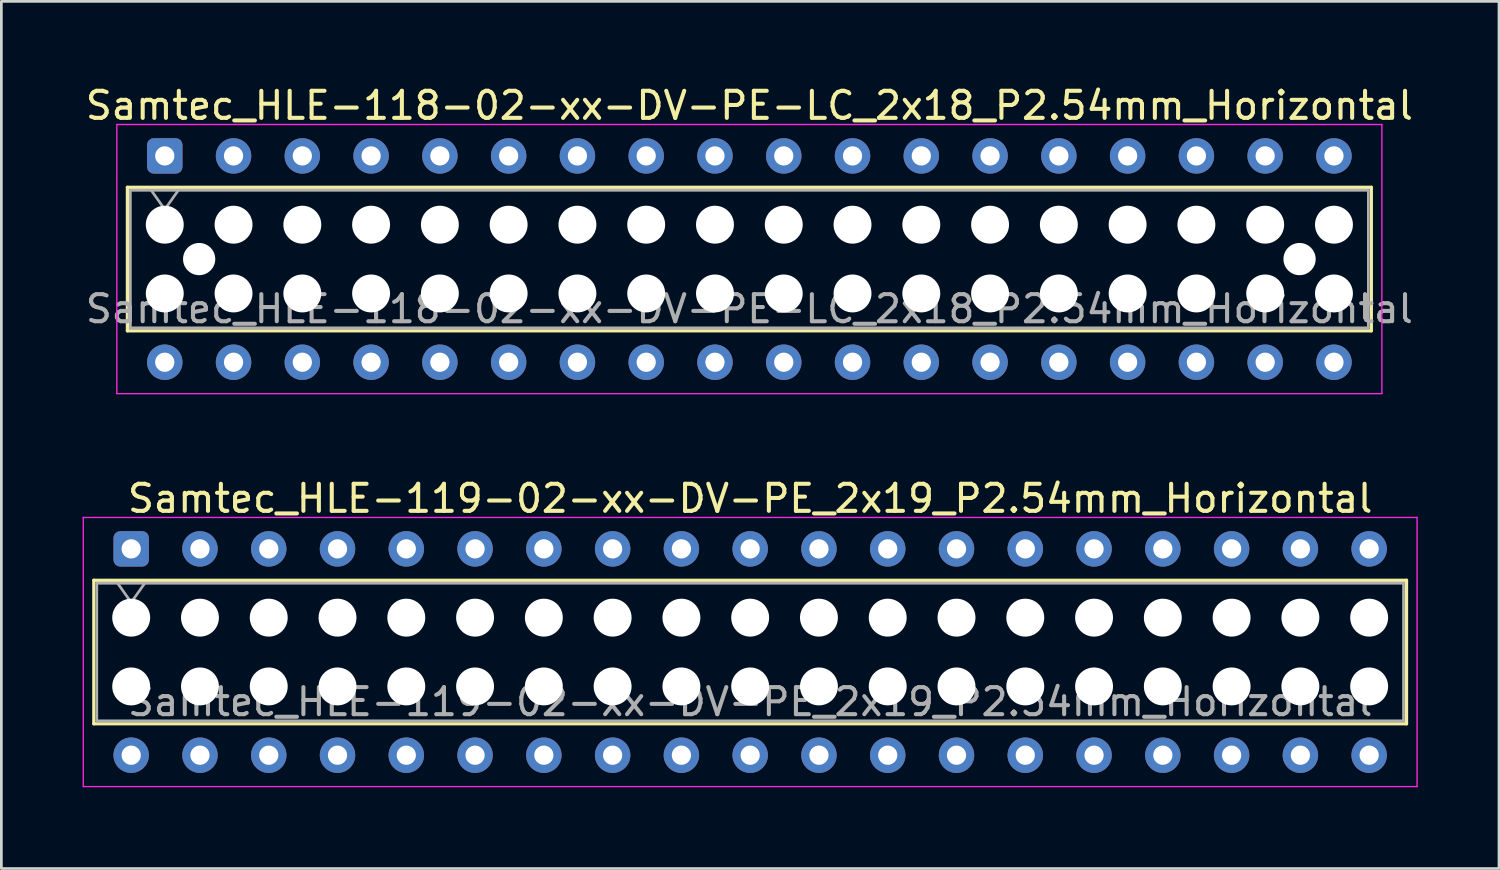
<source format=kicad_pcb>
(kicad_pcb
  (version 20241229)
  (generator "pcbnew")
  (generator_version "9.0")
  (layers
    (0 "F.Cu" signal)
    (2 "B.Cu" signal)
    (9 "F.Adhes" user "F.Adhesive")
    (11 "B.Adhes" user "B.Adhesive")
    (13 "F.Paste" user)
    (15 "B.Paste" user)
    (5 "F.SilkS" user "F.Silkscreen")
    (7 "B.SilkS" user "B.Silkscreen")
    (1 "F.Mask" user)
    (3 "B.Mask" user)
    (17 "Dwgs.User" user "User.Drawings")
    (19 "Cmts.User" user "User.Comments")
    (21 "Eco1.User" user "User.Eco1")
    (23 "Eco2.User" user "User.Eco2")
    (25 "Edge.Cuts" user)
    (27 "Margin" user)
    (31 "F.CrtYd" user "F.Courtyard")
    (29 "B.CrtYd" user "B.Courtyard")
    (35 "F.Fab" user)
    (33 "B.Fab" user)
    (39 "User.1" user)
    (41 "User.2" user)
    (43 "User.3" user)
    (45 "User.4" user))
  (footprint "Samtec_HLE-118-02-xx-DV-PE-LC_2x18_P2.54mm_Horizontal"
    (layer "F.Cu")
    (at 3.035 2.708)
    (property "Reference" "Samtec_HLE-118-02-xx-DV-PE-LC_2x18_P2.54mm_Horizontal" (at 21.59 -1.86 0) (layer "F.SilkS") (effects (font (size 1 1) (thickness 0.15))))
    (attr through_hole)
    (fp_line (start -1.38 1.16) (end 44.56 1.16) (stroke (width 0.12) (type solid)) (layer "F.SilkS"))
    (fp_line (start -1.38 6.46) (end -1.38 1.16) (stroke (width 0.12) (type solid)) (layer "F.SilkS"))
    (fp_line (start 44.56 1.16) (end 44.56 6.46) (stroke (width 0.12) (type solid)) (layer "F.SilkS"))
    (fp_line (start 44.56 6.46) (end -1.38 6.46) (stroke (width 0.12) (type solid)) (layer "F.SilkS"))
    (fp_line (start -1.77 -1.16) (end 44.95 -1.16) (stroke (width 0.05) (type solid)) (layer "F.CrtYd"))
    (fp_line (start -1.77 8.78) (end -1.77 -1.16) (stroke (width 0.05) (type solid)) (layer "F.CrtYd"))
    (fp_line (start 44.95 -1.16) (end 44.95 8.78) (stroke (width 0.05) (type solid)) (layer "F.CrtYd"))
    (fp_line (start 44.95 8.78) (end -1.77 8.78) (stroke (width 0.05) (type solid)) (layer "F.CrtYd"))
    (fp_line (start -1.27 1.27) (end 44.45 1.27) (stroke (width 0.1) (type solid)) (layer "F.Fab"))
    (fp_line (start -1.27 6.35) (end -1.27 1.27) (stroke (width 0.1) (type solid)) (layer "F.Fab"))
    (fp_line (start -0.5 1.27) (end 0 1.977) (stroke (width 0.1) (type solid)) (layer "F.Fab"))
    (fp_line (start 0 1.977) (end 0.5 1.27) (stroke (width 0.1) (type solid)) (layer "F.Fab"))
    (fp_line (start 44.45 1.27) (end 44.45 6.35) (stroke (width 0.1) (type solid)) (layer "F.Fab"))
    (fp_line (start 44.45 6.35) (end -1.27 6.35) (stroke (width 0.1) (type solid)) (layer "F.Fab"))
    (fp_text user "${REFERENCE}" (at 21.59 5.65 0) (layer "F.Fab") (effects (font (size 1 1) (thickness 0.15))))
    (pad "" np_thru_hole circle (at 0 2.54) (size 1.4 1.4) (drill 1.4) (layers "*.Cu" "*.Mask"))
    (pad "" np_thru_hole circle (at 0 5.08) (size 1.4 1.4) (drill 1.4) (layers "*.Cu" "*.Mask"))
    (pad "" np_thru_hole circle (at 1.27 3.81) (size 1.19 1.19) (drill 1.19) (layers "*.Cu" "*.Mask"))
    (pad "" np_thru_hole circle (at 2.54 2.54) (size 1.4 1.4) (drill 1.4) (layers "*.Cu" "*.Mask"))
    (pad "" np_thru_hole circle (at 2.54 5.08) (size 1.4 1.4) (drill 1.4) (layers "*.Cu" "*.Mask"))
    (pad "" np_thru_hole circle (at 5.08 2.54) (size 1.4 1.4) (drill 1.4) (layers "*.Cu" "*.Mask"))
    (pad "" np_thru_hole circle (at 5.08 5.08) (size 1.4 1.4) (drill 1.4) (layers "*.Cu" "*.Mask"))
    (pad "" np_thru_hole circle (at 7.62 2.54) (size 1.4 1.4) (drill 1.4) (layers "*.Cu" "*.Mask"))
    (pad "" np_thru_hole circle (at 7.62 5.08) (size 1.4 1.4) (drill 1.4) (layers "*.Cu" "*.Mask"))
    (pad "" np_thru_hole circle (at 10.16 2.54) (size 1.4 1.4) (drill 1.4) (layers "*.Cu" "*.Mask"))
    (pad "" np_thru_hole circle (at 10.16 5.08) (size 1.4 1.4) (drill 1.4) (layers "*.Cu" "*.Mask"))
    (pad "" np_thru_hole circle (at 12.7 2.54) (size 1.4 1.4) (drill 1.4) (layers "*.Cu" "*.Mask"))
    (pad "" np_thru_hole circle (at 12.7 5.08) (size 1.4 1.4) (drill 1.4) (layers "*.Cu" "*.Mask"))
    (pad "" np_thru_hole circle (at 15.24 2.54) (size 1.4 1.4) (drill 1.4) (layers "*.Cu" "*.Mask"))
    (pad "" np_thru_hole circle (at 15.24 5.08) (size 1.4 1.4) (drill 1.4) (layers "*.Cu" "*.Mask"))
    (pad "" np_thru_hole circle (at 17.78 2.54) (size 1.4 1.4) (drill 1.4) (layers "*.Cu" "*.Mask"))
    (pad "" np_thru_hole circle (at 17.78 5.08) (size 1.4 1.4) (drill 1.4) (layers "*.Cu" "*.Mask"))
    (pad "" np_thru_hole circle (at 20.32 2.54) (size 1.4 1.4) (drill 1.4) (layers "*.Cu" "*.Mask"))
    (pad "" np_thru_hole circle (at 20.32 5.08) (size 1.4 1.4) (drill 1.4) (layers "*.Cu" "*.Mask"))
    (pad "" np_thru_hole circle (at 22.86 2.54) (size 1.4 1.4) (drill 1.4) (layers "*.Cu" "*.Mask"))
    (pad "" np_thru_hole circle (at 22.86 5.08) (size 1.4 1.4) (drill 1.4) (layers "*.Cu" "*.Mask"))
    (pad "" np_thru_hole circle (at 25.4 2.54) (size 1.4 1.4) (drill 1.4) (layers "*.Cu" "*.Mask"))
    (pad "" np_thru_hole circle (at 25.4 5.08) (size 1.4 1.4) (drill 1.4) (layers "*.Cu" "*.Mask"))
    (pad "" np_thru_hole circle (at 27.94 2.54) (size 1.4 1.4) (drill 1.4) (layers "*.Cu" "*.Mask"))
    (pad "" np_thru_hole circle (at 27.94 5.08) (size 1.4 1.4) (drill 1.4) (layers "*.Cu" "*.Mask"))
    (pad "" np_thru_hole circle (at 30.48 2.54) (size 1.4 1.4) (drill 1.4) (layers "*.Cu" "*.Mask"))
    (pad "" np_thru_hole circle (at 30.48 5.08) (size 1.4 1.4) (drill 1.4) (layers "*.Cu" "*.Mask"))
    (pad "" np_thru_hole circle (at 33.02 2.54) (size 1.4 1.4) (drill 1.4) (layers "*.Cu" "*.Mask"))
    (pad "" np_thru_hole circle (at 33.02 5.08) (size 1.4 1.4) (drill 1.4) (layers "*.Cu" "*.Mask"))
    (pad "" np_thru_hole circle (at 35.56 2.54) (size 1.4 1.4) (drill 1.4) (layers "*.Cu" "*.Mask"))
    (pad "" np_thru_hole circle (at 35.56 5.08) (size 1.4 1.4) (drill 1.4) (layers "*.Cu" "*.Mask"))
    (pad "" np_thru_hole circle (at 38.1 2.54) (size 1.4 1.4) (drill 1.4) (layers "*.Cu" "*.Mask"))
    (pad "" np_thru_hole circle (at 38.1 5.08) (size 1.4 1.4) (drill 1.4) (layers "*.Cu" "*.Mask"))
    (pad "" np_thru_hole circle (at 40.64 2.54) (size 1.4 1.4) (drill 1.4) (layers "*.Cu" "*.Mask"))
    (pad "" np_thru_hole circle (at 40.64 5.08) (size 1.4 1.4) (drill 1.4) (layers "*.Cu" "*.Mask"))
    (pad "" np_thru_hole circle (at 41.91 3.81) (size 1.19 1.19) (drill 1.19) (layers "*.Cu" "*.Mask"))
    (pad "" np_thru_hole circle (at 43.18 2.54) (size 1.4 1.4) (drill 1.4) (layers "*.Cu" "*.Mask"))
    (pad "" np_thru_hole circle (at 43.18 5.08) (size 1.4 1.4) (drill 1.4) (layers "*.Cu" "*.Mask"))
    (pad "1" thru_hole roundrect (at 0 0) (size 1.31 1.31) (drill 0.71) (layers "*.Cu" "*.Mask") (roundrect_rratio 0.191))
    (pad "2" thru_hole circle (at 0 7.62) (size 1.31 1.31) (drill 0.71) (layers "*.Cu" "*.Mask"))
    (pad "3" thru_hole circle (at 2.54 0) (size 1.31 1.31) (drill 0.71) (layers "*.Cu" "*.Mask"))
    (pad "4" thru_hole circle (at 2.54 7.62) (size 1.31 1.31) (drill 0.71) (layers "*.Cu" "*.Mask"))
    (pad "5" thru_hole circle (at 5.08 0) (size 1.31 1.31) (drill 0.71) (layers "*.Cu" "*.Mask"))
    (pad "6" thru_hole circle (at 5.08 7.62) (size 1.31 1.31) (drill 0.71) (layers "*.Cu" "*.Mask"))
    (pad "7" thru_hole circle (at 7.62 0) (size 1.31 1.31) (drill 0.71) (layers "*.Cu" "*.Mask"))
    (pad "8" thru_hole circle (at 7.62 7.62) (size 1.31 1.31) (drill 0.71) (layers "*.Cu" "*.Mask"))
    (pad "9" thru_hole circle (at 10.16 0) (size 1.31 1.31) (drill 0.71) (layers "*.Cu" "*.Mask"))
    (pad "10" thru_hole circle (at 10.16 7.62) (size 1.31 1.31) (drill 0.71) (layers "*.Cu" "*.Mask"))
    (pad "11" thru_hole circle (at 12.7 0) (size 1.31 1.31) (drill 0.71) (layers "*.Cu" "*.Mask"))
    (pad "12" thru_hole circle (at 12.7 7.62) (size 1.31 1.31) (drill 0.71) (layers "*.Cu" "*.Mask"))
    (pad "13" thru_hole circle (at 15.24 0) (size 1.31 1.31) (drill 0.71) (layers "*.Cu" "*.Mask"))
    (pad "14" thru_hole circle (at 15.24 7.62) (size 1.31 1.31) (drill 0.71) (layers "*.Cu" "*.Mask"))
    (pad "15" thru_hole circle (at 17.78 0) (size 1.31 1.31) (drill 0.71) (layers "*.Cu" "*.Mask"))
    (pad "16" thru_hole circle (at 17.78 7.62) (size 1.31 1.31) (drill 0.71) (layers "*.Cu" "*.Mask"))
    (pad "17" thru_hole circle (at 20.32 0) (size 1.31 1.31) (drill 0.71) (layers "*.Cu" "*.Mask"))
    (pad "18" thru_hole circle (at 20.32 7.62) (size 1.31 1.31) (drill 0.71) (layers "*.Cu" "*.Mask"))
    (pad "19" thru_hole circle (at 22.86 0) (size 1.31 1.31) (drill 0.71) (layers "*.Cu" "*.Mask"))
    (pad "20" thru_hole circle (at 22.86 7.62) (size 1.31 1.31) (drill 0.71) (layers "*.Cu" "*.Mask"))
    (pad "21" thru_hole circle (at 25.4 0) (size 1.31 1.31) (drill 0.71) (layers "*.Cu" "*.Mask"))
    (pad "22" thru_hole circle (at 25.4 7.62) (size 1.31 1.31) (drill 0.71) (layers "*.Cu" "*.Mask"))
    (pad "23" thru_hole circle (at 27.94 0) (size 1.31 1.31) (drill 0.71) (layers "*.Cu" "*.Mask"))
    (pad "24" thru_hole circle (at 27.94 7.62) (size 1.31 1.31) (drill 0.71) (layers "*.Cu" "*.Mask"))
    (pad "25" thru_hole circle (at 30.48 0) (size 1.31 1.31) (drill 0.71) (layers "*.Cu" "*.Mask"))
    (pad "26" thru_hole circle (at 30.48 7.62) (size 1.31 1.31) (drill 0.71) (layers "*.Cu" "*.Mask"))
    (pad "27" thru_hole circle (at 33.02 0) (size 1.31 1.31) (drill 0.71) (layers "*.Cu" "*.Mask"))
    (pad "28" thru_hole circle (at 33.02 7.62) (size 1.31 1.31) (drill 0.71) (layers "*.Cu" "*.Mask"))
    (pad "29" thru_hole circle (at 35.56 0) (size 1.31 1.31) (drill 0.71) (layers "*.Cu" "*.Mask"))
    (pad "30" thru_hole circle (at 35.56 7.62) (size 1.31 1.31) (drill 0.71) (layers "*.Cu" "*.Mask"))
    (pad "31" thru_hole circle (at 38.1 0) (size 1.31 1.31) (drill 0.71) (layers "*.Cu" "*.Mask"))
    (pad "32" thru_hole circle (at 38.1 7.62) (size 1.31 1.31) (drill 0.71) (layers "*.Cu" "*.Mask"))
    (pad "33" thru_hole circle (at 40.64 0) (size 1.31 1.31) (drill 0.71) (layers "*.Cu" "*.Mask"))
    (pad "34" thru_hole circle (at 40.64 7.62) (size 1.31 1.31) (drill 0.71) (layers "*.Cu" "*.Mask"))
    (pad "35" thru_hole circle (at 43.18 0) (size 1.31 1.31) (drill 0.71) (layers "*.Cu" "*.Mask"))
    (pad "36" thru_hole circle (at 43.18 7.62) (size 1.31 1.31) (drill 0.71) (layers "*.Cu" "*.Mask")))
  (footprint "Samtec_HLE-119-02-xx-DV-PE_2x19_P2.54mm_Horizontal"
    (layer "F.Cu")
    (at 1.795 17.221)
    (property "Reference" "Samtec_HLE-119-02-xx-DV-PE_2x19_P2.54mm_Horizontal" (at 22.86 -1.86 0) (layer "F.SilkS") (effects (font (size 1 1) (thickness 0.15))))
    (attr through_hole)
    (fp_line (start -1.38 1.16) (end 47.1 1.16) (stroke (width 0.12) (type solid)) (layer "F.SilkS"))
    (fp_line (start -1.38 6.46) (end -1.38 1.16) (stroke (width 0.12) (type solid)) (layer "F.SilkS"))
    (fp_line (start 47.1 1.16) (end 47.1 6.46) (stroke (width 0.12) (type solid)) (layer "F.SilkS"))
    (fp_line (start 47.1 6.46) (end -1.38 6.46) (stroke (width 0.12) (type solid)) (layer "F.SilkS"))
    (fp_line (start -1.77 -1.16) (end 47.49 -1.16) (stroke (width 0.05) (type solid)) (layer "F.CrtYd"))
    (fp_line (start -1.77 8.78) (end -1.77 -1.16) (stroke (width 0.05) (type solid)) (layer "F.CrtYd"))
    (fp_line (start 47.49 -1.16) (end 47.49 8.78) (stroke (width 0.05) (type solid)) (layer "F.CrtYd"))
    (fp_line (start 47.49 8.78) (end -1.77 8.78) (stroke (width 0.05) (type solid)) (layer "F.CrtYd"))
    (fp_line (start -1.27 1.27) (end 46.99 1.27) (stroke (width 0.1) (type solid)) (layer "F.Fab"))
    (fp_line (start -1.27 6.35) (end -1.27 1.27) (stroke (width 0.1) (type solid)) (layer "F.Fab"))
    (fp_line (start -0.5 1.27) (end 0 1.977) (stroke (width 0.1) (type solid)) (layer "F.Fab"))
    (fp_line (start 0 1.977) (end 0.5 1.27) (stroke (width 0.1) (type solid)) (layer "F.Fab"))
    (fp_line (start 46.99 1.27) (end 46.99 6.35) (stroke (width 0.1) (type solid)) (layer "F.Fab"))
    (fp_line (start 46.99 6.35) (end -1.27 6.35) (stroke (width 0.1) (type solid)) (layer "F.Fab"))
    (fp_text user "${REFERENCE}" (at 22.86 5.65 0) (layer "F.Fab") (effects (font (size 1 1) (thickness 0.15))))
    (pad "" np_thru_hole circle (at 0 2.54) (size 1.4 1.4) (drill 1.4) (layers "*.Cu" "*.Mask"))
    (pad "" np_thru_hole circle (at 0 5.08) (size 1.4 1.4) (drill 1.4) (layers "*.Cu" "*.Mask"))
    (pad "" np_thru_hole circle (at 2.54 2.54) (size 1.4 1.4) (drill 1.4) (layers "*.Cu" "*.Mask"))
    (pad "" np_thru_hole circle (at 2.54 5.08) (size 1.4 1.4) (drill 1.4) (layers "*.Cu" "*.Mask"))
    (pad "" np_thru_hole circle (at 5.08 2.54) (size 1.4 1.4) (drill 1.4) (layers "*.Cu" "*.Mask"))
    (pad "" np_thru_hole circle (at 5.08 5.08) (size 1.4 1.4) (drill 1.4) (layers "*.Cu" "*.Mask"))
    (pad "" np_thru_hole circle (at 7.62 2.54) (size 1.4 1.4) (drill 1.4) (layers "*.Cu" "*.Mask"))
    (pad "" np_thru_hole circle (at 7.62 5.08) (size 1.4 1.4) (drill 1.4) (layers "*.Cu" "*.Mask"))
    (pad "" np_thru_hole circle (at 10.16 2.54) (size 1.4 1.4) (drill 1.4) (layers "*.Cu" "*.Mask"))
    (pad "" np_thru_hole circle (at 10.16 5.08) (size 1.4 1.4) (drill 1.4) (layers "*.Cu" "*.Mask"))
    (pad "" np_thru_hole circle (at 12.7 2.54) (size 1.4 1.4) (drill 1.4) (layers "*.Cu" "*.Mask"))
    (pad "" np_thru_hole circle (at 12.7 5.08) (size 1.4 1.4) (drill 1.4) (layers "*.Cu" "*.Mask"))
    (pad "" np_thru_hole circle (at 15.24 2.54) (size 1.4 1.4) (drill 1.4) (layers "*.Cu" "*.Mask"))
    (pad "" np_thru_hole circle (at 15.24 5.08) (size 1.4 1.4) (drill 1.4) (layers "*.Cu" "*.Mask"))
    (pad "" np_thru_hole circle (at 17.78 2.54) (size 1.4 1.4) (drill 1.4) (layers "*.Cu" "*.Mask"))
    (pad "" np_thru_hole circle (at 17.78 5.08) (size 1.4 1.4) (drill 1.4) (layers "*.Cu" "*.Mask"))
    (pad "" np_thru_hole circle (at 20.32 2.54) (size 1.4 1.4) (drill 1.4) (layers "*.Cu" "*.Mask"))
    (pad "" np_thru_hole circle (at 20.32 5.08) (size 1.4 1.4) (drill 1.4) (layers "*.Cu" "*.Mask"))
    (pad "" np_thru_hole circle (at 22.86 2.54) (size 1.4 1.4) (drill 1.4) (layers "*.Cu" "*.Mask"))
    (pad "" np_thru_hole circle (at 22.86 5.08) (size 1.4 1.4) (drill 1.4) (layers "*.Cu" "*.Mask"))
    (pad "" np_thru_hole circle (at 25.4 2.54) (size 1.4 1.4) (drill 1.4) (layers "*.Cu" "*.Mask"))
    (pad "" np_thru_hole circle (at 25.4 5.08) (size 1.4 1.4) (drill 1.4) (layers "*.Cu" "*.Mask"))
    (pad "" np_thru_hole circle (at 27.94 2.54) (size 1.4 1.4) (drill 1.4) (layers "*.Cu" "*.Mask"))
    (pad "" np_thru_hole circle (at 27.94 5.08) (size 1.4 1.4) (drill 1.4) (layers "*.Cu" "*.Mask"))
    (pad "" np_thru_hole circle (at 30.48 2.54) (size 1.4 1.4) (drill 1.4) (layers "*.Cu" "*.Mask"))
    (pad "" np_thru_hole circle (at 30.48 5.08) (size 1.4 1.4) (drill 1.4) (layers "*.Cu" "*.Mask"))
    (pad "" np_thru_hole circle (at 33.02 2.54) (size 1.4 1.4) (drill 1.4) (layers "*.Cu" "*.Mask"))
    (pad "" np_thru_hole circle (at 33.02 5.08) (size 1.4 1.4) (drill 1.4) (layers "*.Cu" "*.Mask"))
    (pad "" np_thru_hole circle (at 35.56 2.54) (size 1.4 1.4) (drill 1.4) (layers "*.Cu" "*.Mask"))
    (pad "" np_thru_hole circle (at 35.56 5.08) (size 1.4 1.4) (drill 1.4) (layers "*.Cu" "*.Mask"))
    (pad "" np_thru_hole circle (at 38.1 2.54) (size 1.4 1.4) (drill 1.4) (layers "*.Cu" "*.Mask"))
    (pad "" np_thru_hole circle (at 38.1 5.08) (size 1.4 1.4) (drill 1.4) (layers "*.Cu" "*.Mask"))
    (pad "" np_thru_hole circle (at 40.64 2.54) (size 1.4 1.4) (drill 1.4) (layers "*.Cu" "*.Mask"))
    (pad "" np_thru_hole circle (at 40.64 5.08) (size 1.4 1.4) (drill 1.4) (layers "*.Cu" "*.Mask"))
    (pad "" np_thru_hole circle (at 43.18 2.54) (size 1.4 1.4) (drill 1.4) (layers "*.Cu" "*.Mask"))
    (pad "" np_thru_hole circle (at 43.18 5.08) (size 1.4 1.4) (drill 1.4) (layers "*.Cu" "*.Mask"))
    (pad "" np_thru_hole circle (at 45.72 2.54) (size 1.4 1.4) (drill 1.4) (layers "*.Cu" "*.Mask"))
    (pad "" np_thru_hole circle (at 45.72 5.08) (size 1.4 1.4) (drill 1.4) (layers "*.Cu" "*.Mask"))
    (pad "1" thru_hole roundrect (at 0 0) (size 1.31 1.31) (drill 0.71) (layers "*.Cu" "*.Mask") (roundrect_rratio 0.191))
    (pad "2" thru_hole circle (at 0 7.62) (size 1.31 1.31) (drill 0.71) (layers "*.Cu" "*.Mask"))
    (pad "3" thru_hole circle (at 2.54 0) (size 1.31 1.31) (drill 0.71) (layers "*.Cu" "*.Mask"))
    (pad "4" thru_hole circle (at 2.54 7.62) (size 1.31 1.31) (drill 0.71) (layers "*.Cu" "*.Mask"))
    (pad "5" thru_hole circle (at 5.08 0) (size 1.31 1.31) (drill 0.71) (layers "*.Cu" "*.Mask"))
    (pad "6" thru_hole circle (at 5.08 7.62) (size 1.31 1.31) (drill 0.71) (layers "*.Cu" "*.Mask"))
    (pad "7" thru_hole circle (at 7.62 0) (size 1.31 1.31) (drill 0.71) (layers "*.Cu" "*.Mask"))
    (pad "8" thru_hole circle (at 7.62 7.62) (size 1.31 1.31) (drill 0.71) (layers "*.Cu" "*.Mask"))
    (pad "9" thru_hole circle (at 10.16 0) (size 1.31 1.31) (drill 0.71) (layers "*.Cu" "*.Mask"))
    (pad "10" thru_hole circle (at 10.16 7.62) (size 1.31 1.31) (drill 0.71) (layers "*.Cu" "*.Mask"))
    (pad "11" thru_hole circle (at 12.7 0) (size 1.31 1.31) (drill 0.71) (layers "*.Cu" "*.Mask"))
    (pad "12" thru_hole circle (at 12.7 7.62) (size 1.31 1.31) (drill 0.71) (layers "*.Cu" "*.Mask"))
    (pad "13" thru_hole circle (at 15.24 0) (size 1.31 1.31) (drill 0.71) (layers "*.Cu" "*.Mask"))
    (pad "14" thru_hole circle (at 15.24 7.62) (size 1.31 1.31) (drill 0.71) (layers "*.Cu" "*.Mask"))
    (pad "15" thru_hole circle (at 17.78 0) (size 1.31 1.31) (drill 0.71) (layers "*.Cu" "*.Mask"))
    (pad "16" thru_hole circle (at 17.78 7.62) (size 1.31 1.31) (drill 0.71) (layers "*.Cu" "*.Mask"))
    (pad "17" thru_hole circle (at 20.32 0) (size 1.31 1.31) (drill 0.71) (layers "*.Cu" "*.Mask"))
    (pad "18" thru_hole circle (at 20.32 7.62) (size 1.31 1.31) (drill 0.71) (layers "*.Cu" "*.Mask"))
    (pad "19" thru_hole circle (at 22.86 0) (size 1.31 1.31) (drill 0.71) (layers "*.Cu" "*.Mask"))
    (pad "20" thru_hole circle (at 22.86 7.62) (size 1.31 1.31) (drill 0.71) (layers "*.Cu" "*.Mask"))
    (pad "21" thru_hole circle (at 25.4 0) (size 1.31 1.31) (drill 0.71) (layers "*.Cu" "*.Mask"))
    (pad "22" thru_hole circle (at 25.4 7.62) (size 1.31 1.31) (drill 0.71) (layers "*.Cu" "*.Mask"))
    (pad "23" thru_hole circle (at 27.94 0) (size 1.31 1.31) (drill 0.71) (layers "*.Cu" "*.Mask"))
    (pad "24" thru_hole circle (at 27.94 7.62) (size 1.31 1.31) (drill 0.71) (layers "*.Cu" "*.Mask"))
    (pad "25" thru_hole circle (at 30.48 0) (size 1.31 1.31) (drill 0.71) (layers "*.Cu" "*.Mask"))
    (pad "26" thru_hole circle (at 30.48 7.62) (size 1.31 1.31) (drill 0.71) (layers "*.Cu" "*.Mask"))
    (pad "27" thru_hole circle (at 33.02 0) (size 1.31 1.31) (drill 0.71) (layers "*.Cu" "*.Mask"))
    (pad "28" thru_hole circle (at 33.02 7.62) (size 1.31 1.31) (drill 0.71) (layers "*.Cu" "*.Mask"))
    (pad "29" thru_hole circle (at 35.56 0) (size 1.31 1.31) (drill 0.71) (layers "*.Cu" "*.Mask"))
    (pad "30" thru_hole circle (at 35.56 7.62) (size 1.31 1.31) (drill 0.71) (layers "*.Cu" "*.Mask"))
    (pad "31" thru_hole circle (at 38.1 0) (size 1.31 1.31) (drill 0.71) (layers "*.Cu" "*.Mask"))
    (pad "32" thru_hole circle (at 38.1 7.62) (size 1.31 1.31) (drill 0.71) (layers "*.Cu" "*.Mask"))
    (pad "33" thru_hole circle (at 40.64 0) (size 1.31 1.31) (drill 0.71) (layers "*.Cu" "*.Mask"))
    (pad "34" thru_hole circle (at 40.64 7.62) (size 1.31 1.31) (drill 0.71) (layers "*.Cu" "*.Mask"))
    (pad "35" thru_hole circle (at 43.18 0) (size 1.31 1.31) (drill 0.71) (layers "*.Cu" "*.Mask"))
    (pad "36" thru_hole circle (at 43.18 7.62) (size 1.31 1.31) (drill 0.71) (layers "*.Cu" "*.Mask"))
    (pad "37" thru_hole circle (at 45.72 0) (size 1.31 1.31) (drill 0.71) (layers "*.Cu" "*.Mask"))
    (pad "38" thru_hole circle (at 45.72 7.62) (size 1.31 1.31) (drill 0.71) (layers "*.Cu" "*.Mask")))
  (gr_rect
    (start -3 -3)
    (end 52.31 29.026)
    (stroke (width 0.1) (type default))
    (fill no)
    (layer "Edge.Cuts")))
</source>
